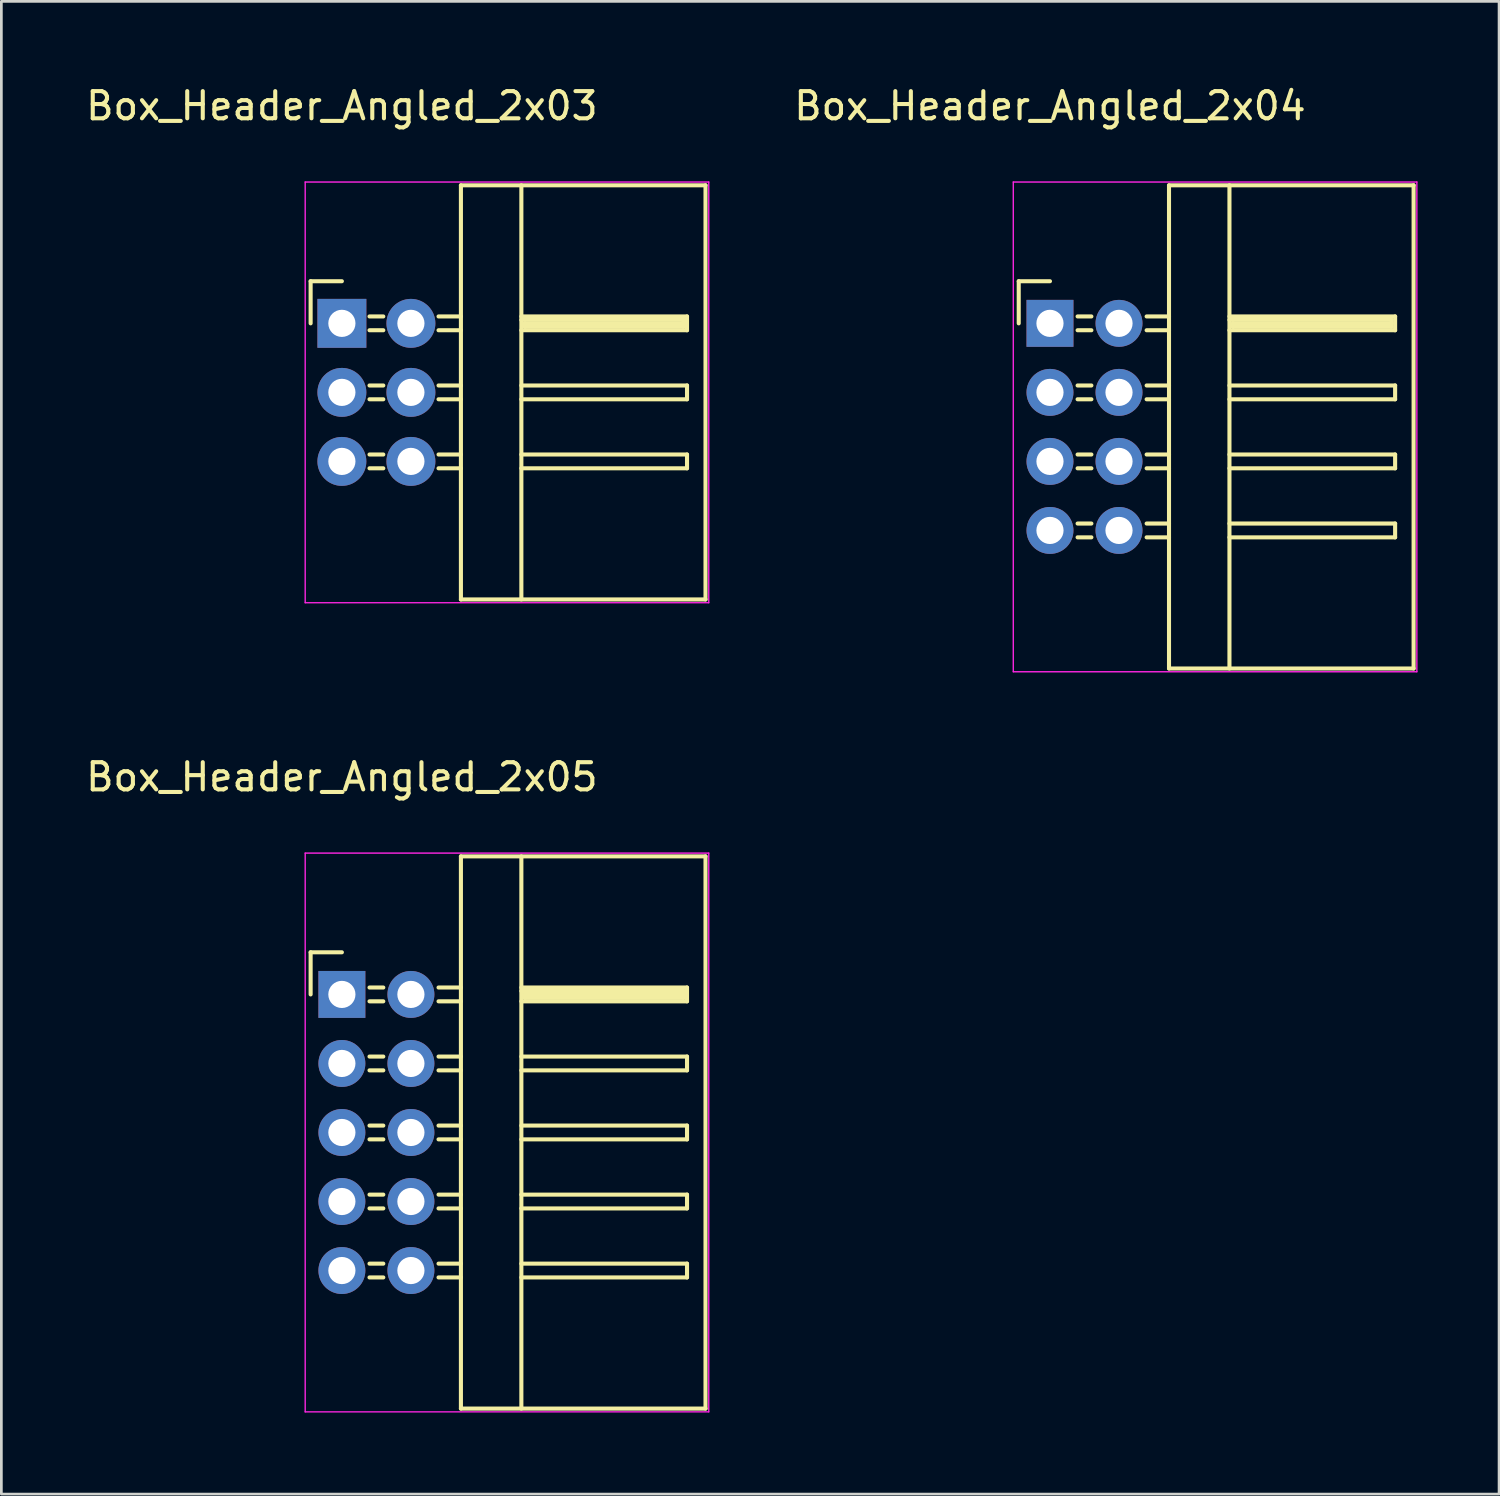
<source format=kicad_pcb>
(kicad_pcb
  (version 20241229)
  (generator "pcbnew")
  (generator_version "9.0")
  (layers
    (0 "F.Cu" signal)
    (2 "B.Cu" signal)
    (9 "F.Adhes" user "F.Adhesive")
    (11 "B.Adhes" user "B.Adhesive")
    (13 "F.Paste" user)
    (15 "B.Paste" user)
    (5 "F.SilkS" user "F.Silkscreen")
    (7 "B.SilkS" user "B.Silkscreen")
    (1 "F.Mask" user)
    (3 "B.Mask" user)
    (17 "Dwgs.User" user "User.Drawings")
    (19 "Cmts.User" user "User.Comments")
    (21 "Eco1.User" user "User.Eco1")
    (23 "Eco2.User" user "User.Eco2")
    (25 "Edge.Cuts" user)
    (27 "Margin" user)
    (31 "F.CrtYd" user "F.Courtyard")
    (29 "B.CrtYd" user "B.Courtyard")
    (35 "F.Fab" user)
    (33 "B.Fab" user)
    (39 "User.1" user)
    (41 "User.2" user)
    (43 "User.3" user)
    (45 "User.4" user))
  (footprint "Box_Header_Angled_2x03"
    (layer "F.Cu")
    (at 9.53 8.848)
    (property "Reference" "Box_Header_Angled_2x03" (at 0 -8 0) (layer "F.SilkS") (effects (font (size 1 1) (thickness 0.15))))
    (attr through_hole)
    (fp_line (start -1.15 -1.55) (end -1.15 0) (stroke (width 0.15) (type solid)) (layer "F.SilkS"))
    (fp_line (start 0 -1.55) (end -1.15 -1.55) (stroke (width 0.15) (type solid)) (layer "F.SilkS"))
    (fp_line (start 1.524 -0.254) (end 1.016 -0.254) (stroke (width 0.15) (type solid)) (layer "F.SilkS"))
    (fp_line (start 1.524 0.254) (end 1.016 0.254) (stroke (width 0.15) (type solid)) (layer "F.SilkS"))
    (fp_line (start 1.524 2.286) (end 1.016 2.286) (stroke (width 0.15) (type solid)) (layer "F.SilkS"))
    (fp_line (start 1.524 2.794) (end 1.016 2.794) (stroke (width 0.15) (type solid)) (layer "F.SilkS"))
    (fp_line (start 1.524 4.826) (end 1.016 4.826) (stroke (width 0.15) (type solid)) (layer "F.SilkS"))
    (fp_line (start 1.524 5.334) (end 1.016 5.334) (stroke (width 0.15) (type solid)) (layer "F.SilkS"))
    (fp_line (start 4.38 -5.08) (end 4.38 10.16) (stroke (width 0.15) (type solid)) (layer "F.SilkS"))
    (fp_line (start 4.38 -5.08) (end 13.38 -5.08) (stroke (width 0.15) (type solid)) (layer "F.SilkS"))
    (fp_line (start 4.38 -0.254) (end 3.556 -0.254) (stroke (width 0.15) (type solid)) (layer "F.SilkS"))
    (fp_line (start 4.38 0.254) (end 3.556 0.254) (stroke (width 0.15) (type solid)) (layer "F.SilkS"))
    (fp_line (start 4.38 2.286) (end 3.556 2.286) (stroke (width 0.15) (type solid)) (layer "F.SilkS"))
    (fp_line (start 4.38 2.794) (end 3.556 2.794) (stroke (width 0.15) (type solid)) (layer "F.SilkS"))
    (fp_line (start 4.38 4.826) (end 3.556 4.826) (stroke (width 0.15) (type solid)) (layer "F.SilkS"))
    (fp_line (start 4.38 5.334) (end 3.556 5.334) (stroke (width 0.15) (type solid)) (layer "F.SilkS"))
    (fp_line (start 4.38 10.16) (end 13.38 10.16) (stroke (width 0.15) (type solid)) (layer "F.SilkS"))
    (fp_line (start 6.604 -5.08) (end 6.604 10.16) (stroke (width 0.15) (type solid)) (layer "F.SilkS"))
    (fp_line (start 6.604 -0.254) (end 12.7 -0.254) (stroke (width 0.15) (type solid)) (layer "F.SilkS"))
    (fp_line (start 6.604 -0.127) (end 12.573 -0.127) (stroke (width 0.15) (type solid)) (layer "F.SilkS"))
    (fp_line (start 6.604 2.286) (end 12.7 2.286) (stroke (width 0.15) (type solid)) (layer "F.SilkS"))
    (fp_line (start 6.604 4.826) (end 12.7 4.826) (stroke (width 0.15) (type solid)) (layer "F.SilkS"))
    (fp_line (start 6.731 0) (end 12.573 0) (stroke (width 0.15) (type solid)) (layer "F.SilkS"))
    (fp_line (start 6.731 0.127) (end 6.731 0) (stroke (width 0.15) (type solid)) (layer "F.SilkS"))
    (fp_line (start 12.573 -0.127) (end 12.573 0.127) (stroke (width 0.15) (type solid)) (layer "F.SilkS"))
    (fp_line (start 12.573 0.127) (end 6.731 0.127) (stroke (width 0.15) (type solid)) (layer "F.SilkS"))
    (fp_line (start 12.7 -0.254) (end 12.7 0.254) (stroke (width 0.15) (type solid)) (layer "F.SilkS"))
    (fp_line (start 12.7 0.254) (end 6.604 0.254) (stroke (width 0.15) (type solid)) (layer "F.SilkS"))
    (fp_line (start 12.7 2.286) (end 12.7 2.794) (stroke (width 0.15) (type solid)) (layer "F.SilkS"))
    (fp_line (start 12.7 2.794) (end 6.604 2.794) (stroke (width 0.15) (type solid)) (layer "F.SilkS"))
    (fp_line (start 12.7 4.826) (end 12.7 5.334) (stroke (width 0.15) (type solid)) (layer "F.SilkS"))
    (fp_line (start 12.7 5.334) (end 6.604 5.334) (stroke (width 0.15) (type solid)) (layer "F.SilkS"))
    (fp_line (start 13.38 -5.08) (end 13.38 10.16) (stroke (width 0.15) (type solid)) (layer "F.SilkS"))
    (fp_line (start -1.35 -5.2) (end -1.35 10.28) (stroke (width 0.05) (type solid)) (layer "F.CrtYd"))
    (fp_line (start -1.35 -5.2) (end 13.5 -5.2) (stroke (width 0.05) (type solid)) (layer "F.CrtYd"))
    (fp_line (start -1.35 10.28) (end 13.5 10.28) (stroke (width 0.05) (type solid)) (layer "F.CrtYd"))
    (fp_line (start 13.5 -5.2) (end 13.5 10.28) (stroke (width 0.05) (type solid)) (layer "F.CrtYd"))
    (pad "1" thru_hole rect (at 0 0) (size 1.8 1.8) (drill 1) (layers "*.Cu" "*.Mask"))
    (pad "2" thru_hole oval (at 2.54 0) (size 1.8 1.8) (drill 1) (layers "*.Cu" "*.Mask"))
    (pad "3" thru_hole oval (at 0 2.54) (size 1.8 1.8) (drill 1) (layers "*.Cu" "*.Mask"))
    (pad "4" thru_hole oval (at 2.54 2.54) (size 1.8 1.8) (drill 1) (layers "*.Cu" "*.Mask"))
    (pad "5" thru_hole oval (at 0 5.08) (size 1.8 1.8) (drill 1) (layers "*.Cu" "*.Mask"))
    (pad "6" thru_hole oval (at 2.54 5.08) (size 1.8 1.8) (drill 1) (layers "*.Cu" "*.Mask")))
  (footprint "Box_Header_Angled_2x05"
    (layer "F.Cu")
    (at 9.53 33.541)
    (property "Reference" "Box_Header_Angled_2x05" (at 0 -8 0) (layer "F.SilkS") (effects (font (size 1 1) (thickness 0.15))))
    (attr through_hole)
    (fp_line (start -1.15 -1.55) (end -1.15 0) (stroke (width 0.15) (type solid)) (layer "F.SilkS"))
    (fp_line (start 0 -1.55) (end -1.15 -1.55) (stroke (width 0.15) (type solid)) (layer "F.SilkS"))
    (fp_line (start 1.524 -0.254) (end 1.016 -0.254) (stroke (width 0.15) (type solid)) (layer "F.SilkS"))
    (fp_line (start 1.524 0.254) (end 1.016 0.254) (stroke (width 0.15) (type solid)) (layer "F.SilkS"))
    (fp_line (start 1.524 2.286) (end 1.016 2.286) (stroke (width 0.15) (type solid)) (layer "F.SilkS"))
    (fp_line (start 1.524 2.794) (end 1.016 2.794) (stroke (width 0.15) (type solid)) (layer "F.SilkS"))
    (fp_line (start 1.524 4.826) (end 1.016 4.826) (stroke (width 0.15) (type solid)) (layer "F.SilkS"))
    (fp_line (start 1.524 5.334) (end 1.016 5.334) (stroke (width 0.15) (type solid)) (layer "F.SilkS"))
    (fp_line (start 1.524 7.366) (end 1.016 7.366) (stroke (width 0.15) (type solid)) (layer "F.SilkS"))
    (fp_line (start 1.524 7.874) (end 1.016 7.874) (stroke (width 0.15) (type solid)) (layer "F.SilkS"))
    (fp_line (start 1.524 9.906) (end 1.016 9.906) (stroke (width 0.15) (type solid)) (layer "F.SilkS"))
    (fp_line (start 1.524 10.414) (end 1.016 10.414) (stroke (width 0.15) (type solid)) (layer "F.SilkS"))
    (fp_line (start 4.38 -5.08) (end 4.38 15.24) (stroke (width 0.15) (type solid)) (layer "F.SilkS"))
    (fp_line (start 4.38 -5.08) (end 13.38 -5.08) (stroke (width 0.15) (type solid)) (layer "F.SilkS"))
    (fp_line (start 4.38 -0.254) (end 3.556 -0.254) (stroke (width 0.15) (type solid)) (layer "F.SilkS"))
    (fp_line (start 4.38 0.254) (end 3.556 0.254) (stroke (width 0.15) (type solid)) (layer "F.SilkS"))
    (fp_line (start 4.38 2.286) (end 3.556 2.286) (stroke (width 0.15) (type solid)) (layer "F.SilkS"))
    (fp_line (start 4.38 2.794) (end 3.556 2.794) (stroke (width 0.15) (type solid)) (layer "F.SilkS"))
    (fp_line (start 4.38 4.826) (end 3.556 4.826) (stroke (width 0.15) (type solid)) (layer "F.SilkS"))
    (fp_line (start 4.38 5.334) (end 3.556 5.334) (stroke (width 0.15) (type solid)) (layer "F.SilkS"))
    (fp_line (start 4.38 7.366) (end 3.556 7.366) (stroke (width 0.15) (type solid)) (layer "F.SilkS"))
    (fp_line (start 4.38 7.874) (end 3.556 7.874) (stroke (width 0.15) (type solid)) (layer "F.SilkS"))
    (fp_line (start 4.38 9.906) (end 3.556 9.906) (stroke (width 0.15) (type solid)) (layer "F.SilkS"))
    (fp_line (start 4.38 10.414) (end 3.556 10.414) (stroke (width 0.15) (type solid)) (layer "F.SilkS"))
    (fp_line (start 4.38 15.24) (end 13.38 15.24) (stroke (width 0.15) (type solid)) (layer "F.SilkS"))
    (fp_line (start 6.604 -5.08) (end 6.604 15.24) (stroke (width 0.15) (type solid)) (layer "F.SilkS"))
    (fp_line (start 6.604 -0.254) (end 12.7 -0.254) (stroke (width 0.15) (type solid)) (layer "F.SilkS"))
    (fp_line (start 6.604 -0.127) (end 12.573 -0.127) (stroke (width 0.15) (type solid)) (layer "F.SilkS"))
    (fp_line (start 6.604 2.286) (end 12.7 2.286) (stroke (width 0.15) (type solid)) (layer "F.SilkS"))
    (fp_line (start 6.604 4.826) (end 12.7 4.826) (stroke (width 0.15) (type solid)) (layer "F.SilkS"))
    (fp_line (start 6.604 7.366) (end 12.7 7.366) (stroke (width 0.15) (type solid)) (layer "F.SilkS"))
    (fp_line (start 6.604 9.906) (end 12.7 9.906) (stroke (width 0.15) (type solid)) (layer "F.SilkS"))
    (fp_line (start 6.731 0) (end 12.573 0) (stroke (width 0.15) (type solid)) (layer "F.SilkS"))
    (fp_line (start 6.731 0.127) (end 6.731 0) (stroke (width 0.15) (type solid)) (layer "F.SilkS"))
    (fp_line (start 12.573 -0.127) (end 12.573 0.127) (stroke (width 0.15) (type solid)) (layer "F.SilkS"))
    (fp_line (start 12.573 0.127) (end 6.731 0.127) (stroke (width 0.15) (type solid)) (layer "F.SilkS"))
    (fp_line (start 12.7 -0.254) (end 12.7 0.254) (stroke (width 0.15) (type solid)) (layer "F.SilkS"))
    (fp_line (start 12.7 0.254) (end 6.604 0.254) (stroke (width 0.15) (type solid)) (layer "F.SilkS"))
    (fp_line (start 12.7 2.286) (end 12.7 2.794) (stroke (width 0.15) (type solid)) (layer "F.SilkS"))
    (fp_line (start 12.7 2.794) (end 6.604 2.794) (stroke (width 0.15) (type solid)) (layer "F.SilkS"))
    (fp_line (start 12.7 4.826) (end 12.7 5.334) (stroke (width 0.15) (type solid)) (layer "F.SilkS"))
    (fp_line (start 12.7 5.334) (end 6.604 5.334) (stroke (width 0.15) (type solid)) (layer "F.SilkS"))
    (fp_line (start 12.7 7.366) (end 12.7 7.874) (stroke (width 0.15) (type solid)) (layer "F.SilkS"))
    (fp_line (start 12.7 7.874) (end 6.604 7.874) (stroke (width 0.15) (type solid)) (layer "F.SilkS"))
    (fp_line (start 12.7 9.906) (end 12.7 10.414) (stroke (width 0.15) (type solid)) (layer "F.SilkS"))
    (fp_line (start 12.7 10.414) (end 6.604 10.414) (stroke (width 0.15) (type solid)) (layer "F.SilkS"))
    (fp_line (start 13.38 -5.08) (end 13.38 15.24) (stroke (width 0.15) (type solid)) (layer "F.SilkS"))
    (fp_line (start -1.35 -5.2) (end -1.35 15.36) (stroke (width 0.05) (type solid)) (layer "F.CrtYd"))
    (fp_line (start -1.35 -5.2) (end 13.5 -5.2) (stroke (width 0.05) (type solid)) (layer "F.CrtYd"))
    (fp_line (start -1.35 15.36) (end 13.5 15.36) (stroke (width 0.05) (type solid)) (layer "F.CrtYd"))
    (fp_line (start 13.5 -5.2) (end 13.5 15.36) (stroke (width 0.05) (type solid)) (layer "F.CrtYd"))
    (pad "1" thru_hole rect (at 0 0) (size 1.727 1.727) (drill 1) (layers "*.Cu" "*.Mask"))
    (pad "2" thru_hole oval (at 2.54 0) (size 1.727 1.727) (drill 1) (layers "*.Cu" "*.Mask"))
    (pad "3" thru_hole oval (at 0 2.54) (size 1.727 1.727) (drill 1) (layers "*.Cu" "*.Mask"))
    (pad "4" thru_hole oval (at 2.54 2.54) (size 1.727 1.727) (drill 1) (layers "*.Cu" "*.Mask"))
    (pad "5" thru_hole oval (at 0 5.08) (size 1.727 1.727) (drill 1) (layers "*.Cu" "*.Mask"))
    (pad "6" thru_hole oval (at 2.54 5.08) (size 1.727 1.727) (drill 1) (layers "*.Cu" "*.Mask"))
    (pad "7" thru_hole oval (at 0 7.62) (size 1.727 1.727) (drill 1) (layers "*.Cu" "*.Mask"))
    (pad "8" thru_hole oval (at 2.54 7.62) (size 1.727 1.727) (drill 1) (layers "*.Cu" "*.Mask"))
    (pad "9" thru_hole oval (at 0 10.16) (size 1.727 1.727) (drill 1) (layers "*.Cu" "*.Mask"))
    (pad "10" thru_hole oval (at 2.54 10.16) (size 1.727 1.727) (drill 1) (layers "*.Cu" "*.Mask")))
  (footprint "Box_Header_Angled_2x04"
    (layer "F.Cu")
    (at 35.585 8.848)
    (property "Reference" "Box_Header_Angled_2x04" (at 0 -8 0) (layer "F.SilkS") (effects (font (size 1 1) (thickness 0.15))))
    (attr through_hole)
    (fp_line (start -1.15 -1.55) (end -1.15 0) (stroke (width 0.15) (type solid)) (layer "F.SilkS"))
    (fp_line (start 0 -1.55) (end -1.15 -1.55) (stroke (width 0.15) (type solid)) (layer "F.SilkS"))
    (fp_line (start 1.524 -0.254) (end 1.016 -0.254) (stroke (width 0.15) (type solid)) (layer "F.SilkS"))
    (fp_line (start 1.524 0.254) (end 1.016 0.254) (stroke (width 0.15) (type solid)) (layer "F.SilkS"))
    (fp_line (start 1.524 2.286) (end 1.016 2.286) (stroke (width 0.15) (type solid)) (layer "F.SilkS"))
    (fp_line (start 1.524 2.794) (end 1.016 2.794) (stroke (width 0.15) (type solid)) (layer "F.SilkS"))
    (fp_line (start 1.524 4.826) (end 1.016 4.826) (stroke (width 0.15) (type solid)) (layer "F.SilkS"))
    (fp_line (start 1.524 5.334) (end 1.016 5.334) (stroke (width 0.15) (type solid)) (layer "F.SilkS"))
    (fp_line (start 1.524 7.366) (end 1.016 7.366) (stroke (width 0.15) (type solid)) (layer "F.SilkS"))
    (fp_line (start 1.524 7.874) (end 1.016 7.874) (stroke (width 0.15) (type solid)) (layer "F.SilkS"))
    (fp_line (start 4.38 -5.08) (end 4.38 12.7) (stroke (width 0.15) (type solid)) (layer "F.SilkS"))
    (fp_line (start 4.38 -5.08) (end 13.38 -5.08) (stroke (width 0.15) (type solid)) (layer "F.SilkS"))
    (fp_line (start 4.38 -0.254) (end 3.556 -0.254) (stroke (width 0.15) (type solid)) (layer "F.SilkS"))
    (fp_line (start 4.38 0.254) (end 3.556 0.254) (stroke (width 0.15) (type solid)) (layer "F.SilkS"))
    (fp_line (start 4.38 2.286) (end 3.556 2.286) (stroke (width 0.15) (type solid)) (layer "F.SilkS"))
    (fp_line (start 4.38 2.794) (end 3.556 2.794) (stroke (width 0.15) (type solid)) (layer "F.SilkS"))
    (fp_line (start 4.38 4.826) (end 3.556 4.826) (stroke (width 0.15) (type solid)) (layer "F.SilkS"))
    (fp_line (start 4.38 5.334) (end 3.556 5.334) (stroke (width 0.15) (type solid)) (layer "F.SilkS"))
    (fp_line (start 4.38 7.366) (end 3.556 7.366) (stroke (width 0.15) (type solid)) (layer "F.SilkS"))
    (fp_line (start 4.38 7.874) (end 3.556 7.874) (stroke (width 0.15) (type solid)) (layer "F.SilkS"))
    (fp_line (start 4.38 12.7) (end 13.38 12.7) (stroke (width 0.15) (type solid)) (layer "F.SilkS"))
    (fp_line (start 6.604 -5.08) (end 6.604 12.7) (stroke (width 0.15) (type solid)) (layer "F.SilkS"))
    (fp_line (start 6.604 -0.254) (end 12.7 -0.254) (stroke (width 0.15) (type solid)) (layer "F.SilkS"))
    (fp_line (start 6.604 -0.127) (end 12.573 -0.127) (stroke (width 0.15) (type solid)) (layer "F.SilkS"))
    (fp_line (start 6.604 2.286) (end 12.7 2.286) (stroke (width 0.15) (type solid)) (layer "F.SilkS"))
    (fp_line (start 6.604 4.826) (end 12.7 4.826) (stroke (width 0.15) (type solid)) (layer "F.SilkS"))
    (fp_line (start 6.604 7.366) (end 12.7 7.366) (stroke (width 0.15) (type solid)) (layer "F.SilkS"))
    (fp_line (start 6.731 0) (end 12.573 0) (stroke (width 0.15) (type solid)) (layer "F.SilkS"))
    (fp_line (start 6.731 0.127) (end 6.731 0) (stroke (width 0.15) (type solid)) (layer "F.SilkS"))
    (fp_line (start 12.573 -0.127) (end 12.573 0.127) (stroke (width 0.15) (type solid)) (layer "F.SilkS"))
    (fp_line (start 12.573 0.127) (end 6.731 0.127) (stroke (width 0.15) (type solid)) (layer "F.SilkS"))
    (fp_line (start 12.7 -0.254) (end 12.7 0.254) (stroke (width 0.15) (type solid)) (layer "F.SilkS"))
    (fp_line (start 12.7 0.254) (end 6.604 0.254) (stroke (width 0.15) (type solid)) (layer "F.SilkS"))
    (fp_line (start 12.7 2.286) (end 12.7 2.794) (stroke (width 0.15) (type solid)) (layer "F.SilkS"))
    (fp_line (start 12.7 2.794) (end 6.604 2.794) (stroke (width 0.15) (type solid)) (layer "F.SilkS"))
    (fp_line (start 12.7 4.826) (end 12.7 5.334) (stroke (width 0.15) (type solid)) (layer "F.SilkS"))
    (fp_line (start 12.7 5.334) (end 6.604 5.334) (stroke (width 0.15) (type solid)) (layer "F.SilkS"))
    (fp_line (start 12.7 7.366) (end 12.7 7.874) (stroke (width 0.15) (type solid)) (layer "F.SilkS"))
    (fp_line (start 12.7 7.874) (end 6.604 7.874) (stroke (width 0.15) (type solid)) (layer "F.SilkS"))
    (fp_line (start 13.38 -5.08) (end 13.38 12.7) (stroke (width 0.15) (type solid)) (layer "F.SilkS"))
    (fp_line (start -1.35 -5.2) (end -1.35 12.82) (stroke (width 0.05) (type solid)) (layer "F.CrtYd"))
    (fp_line (start -1.35 -5.2) (end 13.5 -5.2) (stroke (width 0.05) (type solid)) (layer "F.CrtYd"))
    (fp_line (start -1.35 12.82) (end 13.5 12.82) (stroke (width 0.05) (type solid)) (layer "F.CrtYd"))
    (fp_line (start 13.5 -5.2) (end 13.5 12.82) (stroke (width 0.05) (type solid)) (layer "F.CrtYd"))
    (pad "1" thru_hole rect (at 0 0) (size 1.727 1.727) (drill 1) (layers "*.Cu" "*.Mask"))
    (pad "2" thru_hole oval (at 2.54 0) (size 1.727 1.727) (drill 1) (layers "*.Cu" "*.Mask"))
    (pad "3" thru_hole oval (at 0 2.54) (size 1.727 1.727) (drill 1) (layers "*.Cu" "*.Mask"))
    (pad "4" thru_hole oval (at 2.54 2.54) (size 1.727 1.727) (drill 1) (layers "*.Cu" "*.Mask"))
    (pad "5" thru_hole oval (at 0 5.08) (size 1.727 1.727) (drill 1) (layers "*.Cu" "*.Mask"))
    (pad "6" thru_hole oval (at 2.54 5.08) (size 1.727 1.727) (drill 1) (layers "*.Cu" "*.Mask"))
    (pad "7" thru_hole oval (at 0 7.62) (size 1.727 1.727) (drill 1) (layers "*.Cu" "*.Mask"))
    (pad "8" thru_hole oval (at 2.54 7.62) (size 1.727 1.727) (drill 1) (layers "*.Cu" "*.Mask")))
  (gr_rect
    (start -3 -3)
    (end 52.11 51.926)
    (stroke (width 0.1) (type default))
    (fill no)
    (layer "Edge.Cuts")))
</source>
